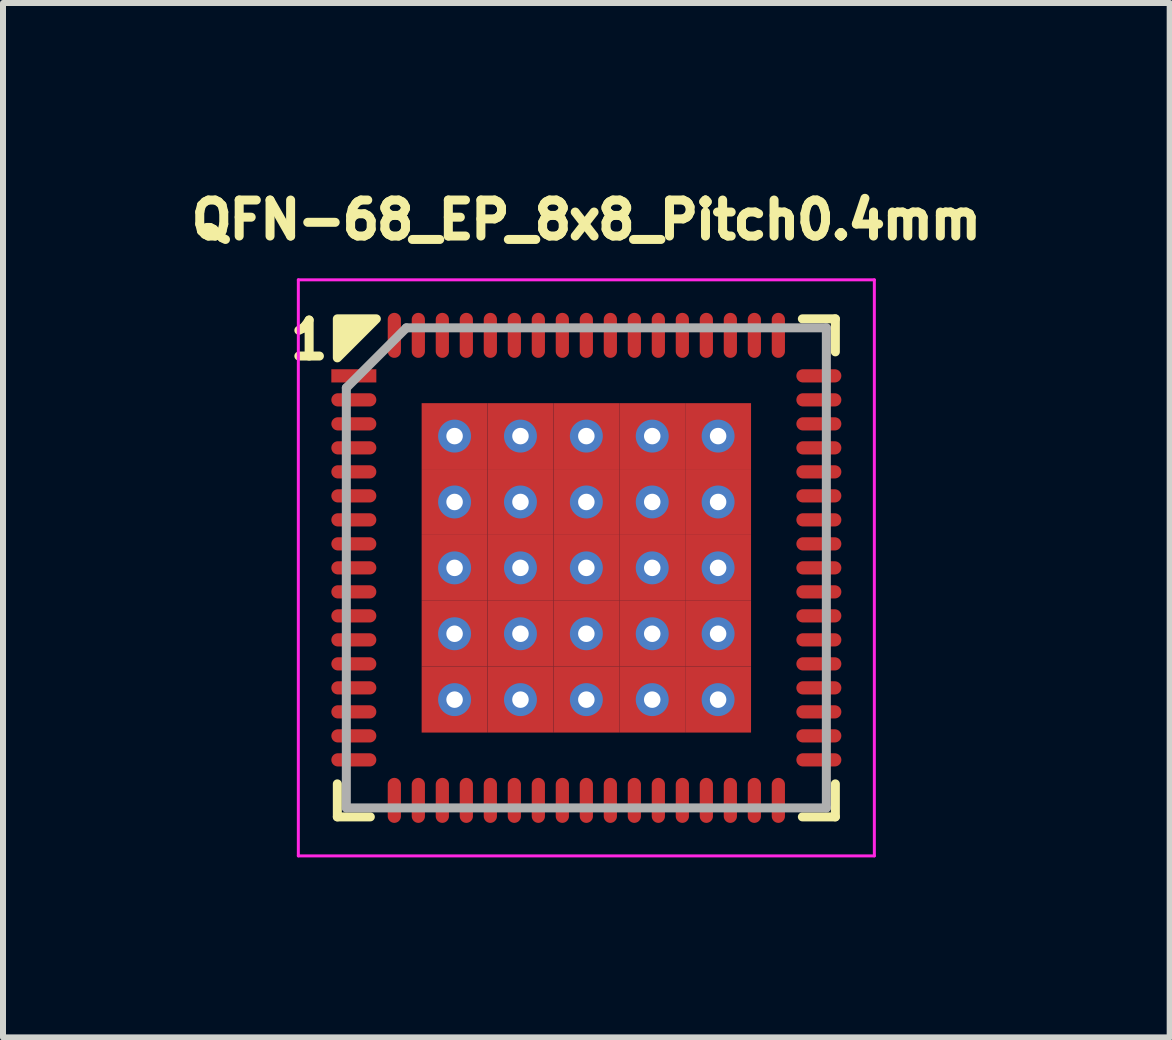
<source format=kicad_pcb>
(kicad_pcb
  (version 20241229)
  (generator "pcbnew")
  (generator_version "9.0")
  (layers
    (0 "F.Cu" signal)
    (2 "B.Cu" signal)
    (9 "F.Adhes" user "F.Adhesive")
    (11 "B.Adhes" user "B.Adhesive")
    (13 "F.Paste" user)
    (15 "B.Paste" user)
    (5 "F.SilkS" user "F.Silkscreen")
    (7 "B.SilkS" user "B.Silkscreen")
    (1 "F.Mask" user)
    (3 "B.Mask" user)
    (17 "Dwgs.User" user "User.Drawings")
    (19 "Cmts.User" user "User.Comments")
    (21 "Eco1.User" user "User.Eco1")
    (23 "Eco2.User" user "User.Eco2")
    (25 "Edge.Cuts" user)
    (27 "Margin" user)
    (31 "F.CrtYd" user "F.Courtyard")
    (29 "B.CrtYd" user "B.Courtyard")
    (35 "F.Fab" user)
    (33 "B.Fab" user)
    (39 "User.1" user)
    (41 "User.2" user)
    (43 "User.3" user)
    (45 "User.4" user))
  (footprint "QFN-68_EP_8x8_Pitch0.4mm"
    (layer "F.Cu")
    (at 6.722 6.414)
    (property "Reference" "QFN-68_EP_8x8_Pitch0.4mm" (at 0 -5.8 0) (layer "F.SilkS") (effects (font (size 0.6 0.6) (thickness 0.15))))
    (attr smd)
    (fp_line (start -4.15 4.15) (end -4.15 3.6) (stroke (width 0.15) (type solid)) (layer "F.SilkS"))
    (fp_line (start -3.6 4.15) (end -4.15 4.15) (stroke (width 0.15) (type solid)) (layer "F.SilkS"))
    (fp_line (start 3.6 -4.15) (end 4.15 -4.15) (stroke (width 0.15) (type solid)) (layer "F.SilkS"))
    (fp_line (start 3.6 4.15) (end 4.15 4.15) (stroke (width 0.15) (type solid)) (layer "F.SilkS"))
    (fp_line (start 4.15 -4.15) (end 4.15 -3.6) (stroke (width 0.15) (type solid)) (layer "F.SilkS"))
    (fp_line (start 4.15 4.15) (end 4.15 3.6) (stroke (width 0.15) (type solid)) (layer "F.SilkS"))
    (fp_poly (pts (xy -4.15 -3.5) (xy -4.15 -4.15) (xy -3.5 -4.15)) (stroke (width 0.15) (type solid)) (fill yes) (layer "F.SilkS"))
    (fp_line (start -4.8 -4.8) (end 4.8 -4.8) (stroke (width 0.05) (type solid)) (layer "F.CrtYd"))
    (fp_line (start -4.8 4.8) (end -4.8 -4.8) (stroke (width 0.05) (type solid)) (layer "F.CrtYd"))
    (fp_line (start 4.8 -4.8) (end 4.8 4.8) (stroke (width 0.05) (type solid)) (layer "F.CrtYd"))
    (fp_line (start 4.8 4.8) (end -4.8 4.8) (stroke (width 0.05) (type solid)) (layer "F.CrtYd"))
    (fp_line (start -4 -3) (end -4 4) (stroke (width 0.15) (type solid)) (layer "F.Fab"))
    (fp_line (start -4 4) (end 4 4) (stroke (width 0.15) (type solid)) (layer "F.Fab"))
    (fp_line (start -3 -4) (end -4 -3) (stroke (width 0.15) (type solid)) (layer "F.Fab"))
    (fp_line (start 4 -4) (end -3 -4) (stroke (width 0.15) (type solid)) (layer "F.Fab"))
    (fp_line (start 4 4) (end 4 -4) (stroke (width 0.15) (type solid)) (layer "F.Fab"))
    (fp_text user "1" (at -4.62 -3.8 0) (unlocked yes) (layer "F.SilkS") (effects (font (size 0.6 0.6) (thickness 0.15))))
    (pad "1" smd rect (at -3.875 -3.2 90) (size 0.22 0.75) (layers "F.Cu" "F.Mask" "F.Paste"))
    (pad "2" smd oval (at -3.875 -2.8 90) (size 0.22 0.75) (layers "F.Cu" "F.Mask" "F.Paste"))
    (pad "3" smd oval (at -3.875 -2.4 90) (size 0.22 0.75) (layers "F.Cu" "F.Mask" "F.Paste"))
    (pad "4" smd oval (at -3.875 -2 90) (size 0.22 0.75) (layers "F.Cu" "F.Mask" "F.Paste"))
    (pad "5" smd oval (at -3.875 -1.6 90) (size 0.22 0.75) (layers "F.Cu" "F.Mask" "F.Paste"))
    (pad "6" smd oval (at -3.875 -1.2 90) (size 0.22 0.75) (layers "F.Cu" "F.Mask" "F.Paste"))
    (pad "7" smd oval (at -3.875 -0.8 90) (size 0.22 0.75) (layers "F.Cu" "F.Mask" "F.Paste"))
    (pad "8" smd oval (at -3.875 -0.4 90) (size 0.22 0.75) (layers "F.Cu" "F.Mask" "F.Paste"))
    (pad "9" smd oval (at -3.875 0 90) (size 0.22 0.75) (layers "F.Cu" "F.Mask" "F.Paste"))
    (pad "10" smd oval (at -3.875 0.4 90) (size 0.22 0.75) (layers "F.Cu" "F.Mask" "F.Paste"))
    (pad "11" smd oval (at -3.875 0.8 90) (size 0.22 0.75) (layers "F.Cu" "F.Mask" "F.Paste"))
    (pad "12" smd oval (at -3.875 1.2 90) (size 0.22 0.75) (layers "F.Cu" "F.Mask" "F.Paste"))
    (pad "13" smd oval (at -3.875 1.6 90) (size 0.22 0.75) (layers "F.Cu" "F.Mask" "F.Paste"))
    (pad "14" smd oval (at -3.875 2 90) (size 0.22 0.75) (layers "F.Cu" "F.Mask" "F.Paste"))
    (pad "15" smd oval (at -3.875 2.4 90) (size 0.22 0.75) (layers "F.Cu" "F.Mask" "F.Paste"))
    (pad "16" smd oval (at -3.875 2.8 90) (size 0.22 0.75) (layers "F.Cu" "F.Mask" "F.Paste"))
    (pad "17" smd oval (at -3.875 3.2 90) (size 0.22 0.75) (layers "F.Cu" "F.Mask" "F.Paste"))
    (pad "18" smd oval (at -3.2 3.875) (size 0.22 0.75) (layers "F.Cu" "F.Mask" "F.Paste"))
    (pad "19" smd oval (at -2.8 3.875) (size 0.22 0.75) (layers "F.Cu" "F.Mask" "F.Paste"))
    (pad "20" smd oval (at -2.4 3.875) (size 0.22 0.75) (layers "F.Cu" "F.Mask" "F.Paste"))
    (pad "21" smd oval (at -2 3.875) (size 0.22 0.75) (layers "F.Cu" "F.Mask" "F.Paste"))
    (pad "22" smd oval (at -1.6 3.875) (size 0.22 0.75) (layers "F.Cu" "F.Mask" "F.Paste"))
    (pad "23" smd oval (at -1.2 3.875) (size 0.22 0.75) (layers "F.Cu" "F.Mask" "F.Paste"))
    (pad "24" smd oval (at -0.8 3.875) (size 0.22 0.75) (layers "F.Cu" "F.Mask" "F.Paste"))
    (pad "25" smd oval (at -0.4 3.875) (size 0.22 0.75) (layers "F.Cu" "F.Mask" "F.Paste"))
    (pad "26" smd oval (at 0 3.875) (size 0.22 0.75) (layers "F.Cu" "F.Mask" "F.Paste"))
    (pad "27" smd oval (at 0.4 3.875) (size 0.22 0.75) (layers "F.Cu" "F.Mask" "F.Paste"))
    (pad "28" smd oval (at 0.8 3.875) (size 0.22 0.75) (layers "F.Cu" "F.Mask" "F.Paste"))
    (pad "29" smd oval (at 1.2 3.875) (size 0.22 0.75) (layers "F.Cu" "F.Mask" "F.Paste"))
    (pad "30" smd oval (at 1.6 3.875) (size 0.22 0.75) (layers "F.Cu" "F.Mask" "F.Paste"))
    (pad "31" smd oval (at 2 3.875) (size 0.22 0.75) (layers "F.Cu" "F.Mask" "F.Paste"))
    (pad "32" smd oval (at 2.4 3.875) (size 0.22 0.75) (layers "F.Cu" "F.Mask" "F.Paste"))
    (pad "33" smd oval (at 2.8 3.875) (size 0.22 0.75) (layers "F.Cu" "F.Mask" "F.Paste"))
    (pad "34" smd oval (at 3.2 3.875) (size 0.22 0.75) (layers "F.Cu" "F.Mask" "F.Paste"))
    (pad "35" smd oval (at 3.875 3.2 90) (size 0.22 0.75) (layers "F.Cu" "F.Mask" "F.Paste"))
    (pad "36" smd oval (at 3.875 2.8 90) (size 0.22 0.75) (layers "F.Cu" "F.Mask" "F.Paste"))
    (pad "37" smd oval (at 3.875 2.4 90) (size 0.22 0.75) (layers "F.Cu" "F.Mask" "F.Paste"))
    (pad "38" smd oval (at 3.875 2 90) (size 0.22 0.75) (layers "F.Cu" "F.Mask" "F.Paste"))
    (pad "39" smd oval (at 3.875 1.6 90) (size 0.22 0.75) (layers "F.Cu" "F.Mask" "F.Paste"))
    (pad "40" smd oval (at 3.875 1.2 90) (size 0.22 0.75) (layers "F.Cu" "F.Mask" "F.Paste"))
    (pad "41" smd oval (at 3.875 0.8 90) (size 0.22 0.75) (layers "F.Cu" "F.Mask" "F.Paste"))
    (pad "42" smd oval (at 3.875 0.4 90) (size 0.22 0.75) (layers "F.Cu" "F.Mask" "F.Paste"))
    (pad "43" smd oval (at 3.875 0 90) (size 0.22 0.75) (layers "F.Cu" "F.Mask" "F.Paste"))
    (pad "44" smd oval (at 3.875 -0.4 90) (size 0.22 0.75) (layers "F.Cu" "F.Mask" "F.Paste"))
    (pad "45" smd oval (at 3.875 -0.8 90) (size 0.22 0.75) (layers "F.Cu" "F.Mask" "F.Paste"))
    (pad "46" smd oval (at 3.875 -1.2 90) (size 0.22 0.75) (layers "F.Cu" "F.Mask" "F.Paste"))
    (pad "47" smd oval (at 3.875 -1.6 90) (size 0.22 0.75) (layers "F.Cu" "F.Mask" "F.Paste"))
    (pad "48" smd oval (at 3.875 -2 90) (size 0.22 0.75) (layers "F.Cu" "F.Mask" "F.Paste"))
    (pad "49" smd oval (at 3.875 -2.4 90) (size 0.22 0.75) (layers "F.Cu" "F.Mask" "F.Paste"))
    (pad "50" smd oval (at 3.875 -2.8 90) (size 0.22 0.75) (layers "F.Cu" "F.Mask" "F.Paste"))
    (pad "51" smd oval (at 3.875 -3.2 90) (size 0.22 0.75) (layers "F.Cu" "F.Mask" "F.Paste"))
    (pad "52" smd oval (at 3.2 -3.875) (size 0.22 0.75) (layers "F.Cu" "F.Mask" "F.Paste"))
    (pad "53" smd oval (at 2.8 -3.875) (size 0.22 0.75) (layers "F.Cu" "F.Mask" "F.Paste"))
    (pad "54" smd oval (at 2.4 -3.875) (size 0.22 0.75) (layers "F.Cu" "F.Mask" "F.Paste"))
    (pad "55" smd oval (at 2 -3.875) (size 0.22 0.75) (layers "F.Cu" "F.Mask" "F.Paste"))
    (pad "56" smd oval (at 1.6 -3.875) (size 0.22 0.75) (layers "F.Cu" "F.Mask" "F.Paste"))
    (pad "57" smd oval (at 1.2 -3.875) (size 0.22 0.75) (layers "F.Cu" "F.Mask" "F.Paste"))
    (pad "58" smd oval (at 0.8 -3.875) (size 0.22 0.75) (layers "F.Cu" "F.Mask" "F.Paste"))
    (pad "59" smd oval (at 0.4 -3.875) (size 0.22 0.75) (layers "F.Cu" "F.Mask" "F.Paste"))
    (pad "60" smd oval (at 0 -3.875) (size 0.22 0.75) (layers "F.Cu" "F.Mask" "F.Paste"))
    (pad "61" smd oval (at -0.4 -3.875) (size 0.22 0.75) (layers "F.Cu" "F.Mask" "F.Paste"))
    (pad "62" smd oval (at -0.8 -3.875) (size 0.22 0.75) (layers "F.Cu" "F.Mask" "F.Paste"))
    (pad "63" smd oval (at -1.2 -3.875) (size 0.22 0.75) (layers "F.Cu" "F.Mask" "F.Paste"))
    (pad "64" smd oval (at -1.6 -3.875) (size 0.22 0.75) (layers "F.Cu" "F.Mask" "F.Paste"))
    (pad "65" smd oval (at -2 -3.875) (size 0.22 0.75) (layers "F.Cu" "F.Mask" "F.Paste"))
    (pad "66" smd oval (at -2.4 -3.875) (size 0.22 0.75) (layers "F.Cu" "F.Mask" "F.Paste"))
    (pad "67" smd oval (at -2.8 -3.875) (size 0.22 0.75) (layers "F.Cu" "F.Mask" "F.Paste"))
    (pad "68" smd oval (at -3.2 -3.875) (size 0.22 0.75) (layers "F.Cu" "F.Mask" "F.Paste"))
    (pad "69" thru_hole circle (at -2.196 -2.196) (size 0.549 0.549) (drill 0.275) (layers "*.Cu" "*.Mask"))
    (pad "69" smd rect (at -2.196 -2.196) (size 1.098 1.098) (layers "F.Cu" "F.Mask" "F.Paste"))
    (pad "69" thru_hole circle (at -2.196 -1.098) (size 0.549 0.549) (drill 0.275) (layers "*.Cu" "*.Mask"))
    (pad "69" smd rect (at -2.196 -1.098) (size 1.098 1.098) (layers "F.Cu" "F.Mask" "F.Paste"))
    (pad "69" thru_hole circle (at -2.196 0) (size 0.549 0.549) (drill 0.275) (layers "*.Cu" "*.Mask"))
    (pad "69" smd rect (at -2.196 0) (size 1.098 1.098) (layers "F.Cu" "F.Mask" "F.Paste"))
    (pad "69" thru_hole circle (at -2.196 1.098) (size 0.549 0.549) (drill 0.275) (layers "*.Cu" "*.Mask"))
    (pad "69" smd rect (at -2.196 1.098) (size 1.098 1.098) (layers "F.Cu" "F.Mask" "F.Paste"))
    (pad "69" thru_hole circle (at -2.196 2.196) (size 0.549 0.549) (drill 0.275) (layers "*.Cu" "*.Mask"))
    (pad "69" smd rect (at -2.196 2.196) (size 1.098 1.098) (layers "F.Cu" "F.Mask" "F.Paste"))
    (pad "69" thru_hole circle (at -1.098 -2.196) (size 0.549 0.549) (drill 0.275) (layers "*.Cu" "*.Mask"))
    (pad "69" smd rect (at -1.098 -2.196) (size 1.098 1.098) (layers "F.Cu" "F.Mask" "F.Paste"))
    (pad "69" thru_hole circle (at -1.098 -1.098) (size 0.549 0.549) (drill 0.275) (layers "*.Cu" "*.Mask"))
    (pad "69" smd rect (at -1.098 -1.098) (size 1.098 1.098) (layers "F.Cu" "F.Mask" "F.Paste"))
    (pad "69" thru_hole circle (at -1.098 0) (size 0.549 0.549) (drill 0.275) (layers "*.Cu" "*.Mask"))
    (pad "69" smd rect (at -1.098 0) (size 1.098 1.098) (layers "F.Cu" "F.Mask" "F.Paste"))
    (pad "69" thru_hole circle (at -1.098 1.098) (size 0.549 0.549) (drill 0.275) (layers "*.Cu" "*.Mask"))
    (pad "69" smd rect (at -1.098 1.098) (size 1.098 1.098) (layers "F.Cu" "F.Mask" "F.Paste"))
    (pad "69" thru_hole circle (at -1.098 2.196) (size 0.549 0.549) (drill 0.275) (layers "*.Cu" "*.Mask"))
    (pad "69" smd rect (at -1.098 2.196) (size 1.098 1.098) (layers "F.Cu" "F.Mask" "F.Paste"))
    (pad "69" thru_hole circle (at 0 -2.196) (size 0.549 0.549) (drill 0.275) (layers "*.Cu" "*.Mask"))
    (pad "69" smd rect (at 0 -2.196) (size 1.098 1.098) (layers "F.Cu" "F.Mask" "F.Paste"))
    (pad "69" thru_hole circle (at 0 -1.098) (size 0.549 0.549) (drill 0.275) (layers "*.Cu" "*.Mask"))
    (pad "69" smd rect (at 0 -1.098) (size 1.098 1.098) (layers "F.Cu" "F.Mask" "F.Paste"))
    (pad "69" thru_hole circle (at 0 0) (size 0.549 0.549) (drill 0.275) (layers "*.Cu" "*.Mask"))
    (pad "69" smd rect (at 0 0) (size 1.098 1.098) (layers "F.Cu" "F.Mask" "F.Paste"))
    (pad "69" thru_hole circle (at 0 1.098) (size 0.549 0.549) (drill 0.275) (layers "*.Cu" "*.Mask"))
    (pad "69" smd rect (at 0 1.098) (size 1.098 1.098) (layers "F.Cu" "F.Mask" "F.Paste"))
    (pad "69" thru_hole circle (at 0 2.196) (size 0.549 0.549) (drill 0.275) (layers "*.Cu" "*.Mask"))
    (pad "69" smd rect (at 0 2.196) (size 1.098 1.098) (layers "F.Cu" "F.Mask" "F.Paste"))
    (pad "69" thru_hole circle (at 1.098 -2.196) (size 0.549 0.549) (drill 0.275) (layers "*.Cu" "*.Mask"))
    (pad "69" smd rect (at 1.098 -2.196) (size 1.098 1.098) (layers "F.Cu" "F.Mask" "F.Paste"))
    (pad "69" thru_hole circle (at 1.098 -1.098) (size 0.549 0.549) (drill 0.275) (layers "*.Cu" "*.Mask"))
    (pad "69" smd rect (at 1.098 -1.098) (size 1.098 1.098) (layers "F.Cu" "F.Mask" "F.Paste"))
    (pad "69" thru_hole circle (at 1.098 0) (size 0.549 0.549) (drill 0.275) (layers "*.Cu" "*.Mask"))
    (pad "69" smd rect (at 1.098 0) (size 1.098 1.098) (layers "F.Cu" "F.Mask" "F.Paste"))
    (pad "69" thru_hole circle (at 1.098 1.098) (size 0.549 0.549) (drill 0.275) (layers "*.Cu" "*.Mask"))
    (pad "69" smd rect (at 1.098 1.098) (size 1.098 1.098) (layers "F.Cu" "F.Mask" "F.Paste"))
    (pad "69" thru_hole circle (at 1.098 2.196) (size 0.549 0.549) (drill 0.275) (layers "*.Cu" "*.Mask"))
    (pad "69" smd rect (at 1.098 2.196) (size 1.098 1.098) (layers "F.Cu" "F.Mask" "F.Paste"))
    (pad "69" thru_hole circle (at 2.196 -2.196) (size 0.549 0.549) (drill 0.275) (layers "*.Cu" "*.Mask"))
    (pad "69" smd rect (at 2.196 -2.196) (size 1.098 1.098) (layers "F.Cu" "F.Mask" "F.Paste"))
    (pad "69" thru_hole circle (at 2.196 -1.098) (size 0.549 0.549) (drill 0.275) (layers "*.Cu" "*.Mask"))
    (pad "69" smd rect (at 2.196 -1.098) (size 1.098 1.098) (layers "F.Cu" "F.Mask" "F.Paste"))
    (pad "69" thru_hole circle (at 2.196 0) (size 0.549 0.549) (drill 0.275) (layers "*.Cu" "*.Mask"))
    (pad "69" smd rect (at 2.196 0) (size 1.098 1.098) (layers "F.Cu" "F.Mask" "F.Paste"))
    (pad "69" thru_hole circle (at 2.196 1.098) (size 0.549 0.549) (drill 0.275) (layers "*.Cu" "*.Mask"))
    (pad "69" smd rect (at 2.196 1.098) (size 1.098 1.098) (layers "F.Cu" "F.Mask" "F.Paste"))
    (pad "69" thru_hole circle (at 2.196 2.196) (size 0.549 0.549) (drill 0.275) (layers "*.Cu" "*.Mask"))
    (pad "69" smd rect (at 2.196 2.196) (size 1.098 1.098) (layers "F.Cu" "F.Mask" "F.Paste")))
  (gr_rect
    (start -3 -3)
    (end 16.444 14.239)
    (stroke (width 0.1) (type default))
    (fill no)
    (layer "Edge.Cuts")))
</source>
